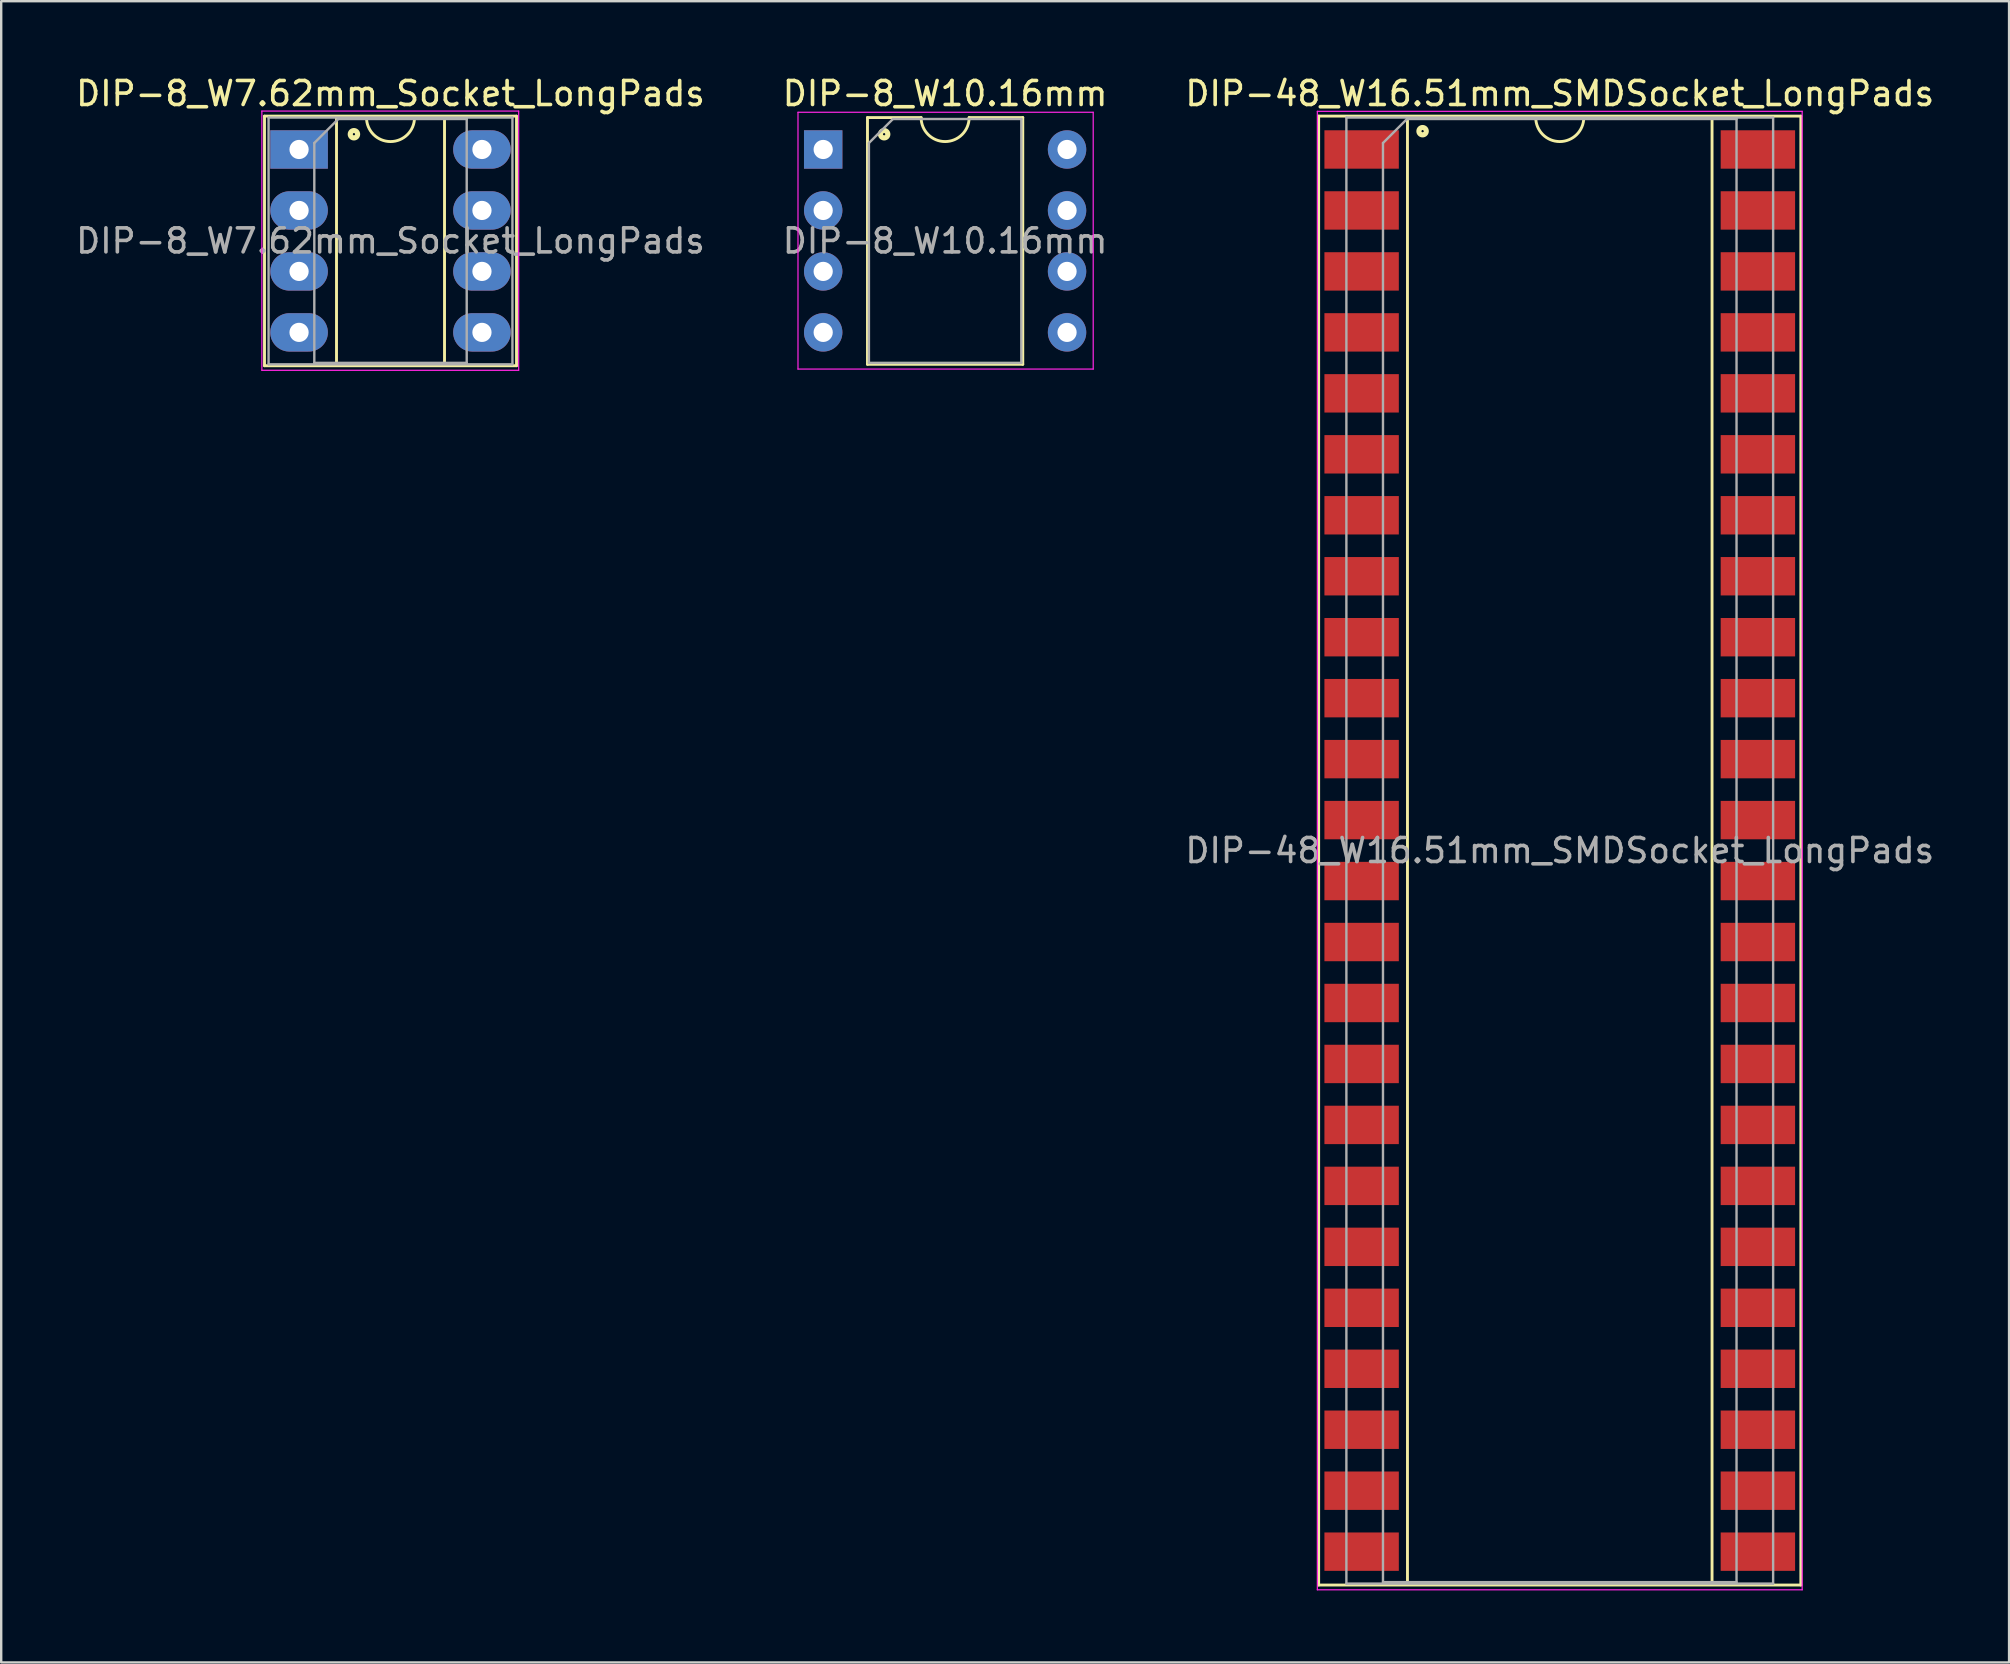
<source format=kicad_pcb>
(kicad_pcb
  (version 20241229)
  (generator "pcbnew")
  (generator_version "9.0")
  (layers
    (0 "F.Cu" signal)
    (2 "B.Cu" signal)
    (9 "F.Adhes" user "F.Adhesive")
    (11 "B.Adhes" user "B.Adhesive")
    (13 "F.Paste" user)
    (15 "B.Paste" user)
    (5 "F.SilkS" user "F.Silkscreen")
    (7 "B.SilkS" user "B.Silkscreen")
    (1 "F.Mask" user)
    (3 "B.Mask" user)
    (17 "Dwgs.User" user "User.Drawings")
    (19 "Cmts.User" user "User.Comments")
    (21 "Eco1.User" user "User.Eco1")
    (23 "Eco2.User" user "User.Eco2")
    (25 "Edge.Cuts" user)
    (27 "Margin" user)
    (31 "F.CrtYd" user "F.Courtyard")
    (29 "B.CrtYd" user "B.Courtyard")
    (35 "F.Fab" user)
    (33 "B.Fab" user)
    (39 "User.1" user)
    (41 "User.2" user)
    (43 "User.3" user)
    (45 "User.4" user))
  (footprint "DIP-8_W7.62mm_Socket_LongPads"
    (layer "F.Cu")
    (at 9.41 3.178)
    (property "Reference" "DIP-8_W7.62mm_Socket_LongPads" (at 3.81 -2.33 0) (layer "F.SilkS") (effects (font (size 1 1) (thickness 0.15))))
    (attr through_hole)
    (fp_line (start -1.44 -1.39) (end -1.44 9.01) (stroke (width 0.12) (type solid)) (layer "F.SilkS"))
    (fp_line (start -1.44 9.01) (end 9.06 9.01) (stroke (width 0.12) (type solid)) (layer "F.SilkS"))
    (fp_line (start 1.56 -1.33) (end 1.56 8.95) (stroke (width 0.12) (type solid)) (layer "F.SilkS"))
    (fp_line (start 1.56 8.95) (end 6.06 8.95) (stroke (width 0.12) (type solid)) (layer "F.SilkS"))
    (fp_line (start 2.81 -1.33) (end 1.56 -1.33) (stroke (width 0.12) (type solid)) (layer "F.SilkS"))
    (fp_line (start 6.06 -1.33) (end 4.81 -1.33) (stroke (width 0.12) (type solid)) (layer "F.SilkS"))
    (fp_line (start 6.06 8.95) (end 6.06 -1.33) (stroke (width 0.12) (type solid)) (layer "F.SilkS"))
    (fp_line (start 9.06 -1.39) (end -1.44 -1.39) (stroke (width 0.12) (type solid)) (layer "F.SilkS"))
    (fp_line (start 9.06 9.01) (end 9.06 -1.39) (stroke (width 0.12) (type solid)) (layer "F.SilkS"))
    (fp_arc (start 4.81 -1.33) (mid 3.81 -0.33) (end 2.81 -1.33) (stroke (width 0.12) (type solid)) (layer "F.SilkS"))
    (fp_circle (center 2.286 -0.635) (end 2.336 -0.635) (stroke (width 0.12) (type solid)) (fill no) (layer "F.SilkS"))
    (fp_circle (center 2.286 -0.635) (end 2.411 -0.635) (stroke (width 0.12) (type solid)) (fill no) (layer "F.SilkS"))
    (fp_circle (center 2.286 -0.635) (end 2.486 -0.635) (stroke (width 0.12) (type solid)) (fill no) (layer "F.SilkS"))
    (fp_line (start -1.55 -1.6) (end -1.55 9.2) (stroke (width 0.05) (type solid)) (layer "F.CrtYd"))
    (fp_line (start -1.55 9.2) (end 9.15 9.2) (stroke (width 0.05) (type solid)) (layer "F.CrtYd"))
    (fp_line (start 9.15 -1.6) (end -1.55 -1.6) (stroke (width 0.05) (type solid)) (layer "F.CrtYd"))
    (fp_line (start 9.15 9.2) (end 9.15 -1.6) (stroke (width 0.05) (type solid)) (layer "F.CrtYd"))
    (fp_line (start -1.27 -1.33) (end -1.27 8.95) (stroke (width 0.1) (type solid)) (layer "F.Fab"))
    (fp_line (start -1.27 8.95) (end 8.89 8.95) (stroke (width 0.1) (type solid)) (layer "F.Fab"))
    (fp_line (start 0.635 -0.27) (end 1.635 -1.27) (stroke (width 0.1) (type solid)) (layer "F.Fab"))
    (fp_line (start 0.635 8.89) (end 0.635 -0.27) (stroke (width 0.1) (type solid)) (layer "F.Fab"))
    (fp_line (start 1.635 -1.27) (end 6.985 -1.27) (stroke (width 0.1) (type solid)) (layer "F.Fab"))
    (fp_line (start 6.985 -1.27) (end 6.985 8.89) (stroke (width 0.1) (type solid)) (layer "F.Fab"))
    (fp_line (start 6.985 8.89) (end 0.635 8.89) (stroke (width 0.1) (type solid)) (layer "F.Fab"))
    (fp_line (start 8.89 -1.33) (end -1.27 -1.33) (stroke (width 0.1) (type solid)) (layer "F.Fab"))
    (fp_line (start 8.89 8.95) (end 8.89 -1.33) (stroke (width 0.1) (type solid)) (layer "F.Fab"))
    (fp_text user "${REFERENCE}" (at 3.81 3.81 0) (layer "F.Fab") (effects (font (size 1 1) (thickness 0.15))))
    (pad "1" thru_hole rect (at 0 0) (size 2.4 1.6) (drill 0.8) (layers "*.Cu" "*.Mask"))
    (pad "2" thru_hole oval (at 0 2.54) (size 2.4 1.6) (drill 0.8) (layers "*.Cu" "*.Mask"))
    (pad "3" thru_hole oval (at 0 5.08) (size 2.4 1.6) (drill 0.8) (layers "*.Cu" "*.Mask"))
    (pad "4" thru_hole oval (at 0 7.62) (size 2.4 1.6) (drill 0.8) (layers "*.Cu" "*.Mask"))
    (pad "5" thru_hole oval (at 7.62 7.62) (size 2.4 1.6) (drill 0.8) (layers "*.Cu" "*.Mask"))
    (pad "6" thru_hole oval (at 7.62 5.08) (size 2.4 1.6) (drill 0.8) (layers "*.Cu" "*.Mask"))
    (pad "7" thru_hole oval (at 7.62 2.54) (size 2.4 1.6) (drill 0.8) (layers "*.Cu" "*.Mask"))
    (pad "8" thru_hole oval (at 7.62 0) (size 2.4 1.6) (drill 0.8) (layers "*.Cu" "*.Mask")))
  (footprint "DIP-8_W10.16mm"
    (layer "F.Cu")
    (at 31.247 3.178)
    (property "Reference" "DIP-8_W10.16mm" (at 5.08 -2.33 0) (layer "F.SilkS") (effects (font (size 1 1) (thickness 0.15))))
    (attr through_hole)
    (fp_line (start 1.845 -1.33) (end 1.845 8.95) (stroke (width 0.12) (type solid)) (layer "F.SilkS"))
    (fp_line (start 1.845 8.95) (end 8.315 8.95) (stroke (width 0.12) (type solid)) (layer "F.SilkS"))
    (fp_line (start 4.08 -1.33) (end 1.845 -1.33) (stroke (width 0.12) (type solid)) (layer "F.SilkS"))
    (fp_line (start 8.315 -1.33) (end 6.08 -1.33) (stroke (width 0.12) (type solid)) (layer "F.SilkS"))
    (fp_line (start 8.315 8.95) (end 8.315 -1.33) (stroke (width 0.12) (type solid)) (layer "F.SilkS"))
    (fp_arc (start 6.08 -1.33) (mid 5.08 -0.33) (end 4.08 -1.33) (stroke (width 0.12) (type solid)) (layer "F.SilkS"))
    (fp_circle (center 2.54 -0.635) (end 2.59 -0.635) (stroke (width 0.12) (type solid)) (fill no) (layer "F.SilkS"))
    (fp_circle (center 2.54 -0.635) (end 2.665 -0.635) (stroke (width 0.12) (type solid)) (fill no) (layer "F.SilkS"))
    (fp_circle (center 2.54 -0.635) (end 2.74 -0.635) (stroke (width 0.12) (type solid)) (fill no) (layer "F.SilkS"))
    (fp_line (start -1.05 -1.55) (end -1.05 9.15) (stroke (width 0.05) (type solid)) (layer "F.CrtYd"))
    (fp_line (start -1.05 9.15) (end 11.25 9.15) (stroke (width 0.05) (type solid)) (layer "F.CrtYd"))
    (fp_line (start 11.25 -1.55) (end -1.05 -1.55) (stroke (width 0.05) (type solid)) (layer "F.CrtYd"))
    (fp_line (start 11.25 9.15) (end 11.25 -1.55) (stroke (width 0.05) (type solid)) (layer "F.CrtYd"))
    (fp_line (start 1.905 -0.27) (end 2.905 -1.27) (stroke (width 0.1) (type solid)) (layer "F.Fab"))
    (fp_line (start 1.905 8.89) (end 1.905 -0.27) (stroke (width 0.1) (type solid)) (layer "F.Fab"))
    (fp_line (start 2.905 -1.27) (end 8.255 -1.27) (stroke (width 0.1) (type solid)) (layer "F.Fab"))
    (fp_line (start 8.255 -1.27) (end 8.255 8.89) (stroke (width 0.1) (type solid)) (layer "F.Fab"))
    (fp_line (start 8.255 8.89) (end 1.905 8.89) (stroke (width 0.1) (type solid)) (layer "F.Fab"))
    (fp_text user "${REFERENCE}" (at 5.08 3.81 0) (layer "F.Fab") (effects (font (size 1 1) (thickness 0.15))))
    (pad "1" thru_hole rect (at 0 0) (size 1.6 1.6) (drill 0.8) (layers "*.Cu" "*.Mask"))
    (pad "2" thru_hole oval (at 0 2.54) (size 1.6 1.6) (drill 0.8) (layers "*.Cu" "*.Mask"))
    (pad "3" thru_hole oval (at 0 5.08) (size 1.6 1.6) (drill 0.8) (layers "*.Cu" "*.Mask"))
    (pad "4" thru_hole oval (at 0 7.62) (size 1.6 1.6) (drill 0.8) (layers "*.Cu" "*.Mask"))
    (pad "5" thru_hole oval (at 10.16 7.62) (size 1.6 1.6) (drill 0.8) (layers "*.Cu" "*.Mask"))
    (pad "6" thru_hole oval (at 10.16 5.08) (size 1.6 1.6) (drill 0.8) (layers "*.Cu" "*.Mask"))
    (pad "7" thru_hole oval (at 10.16 2.54) (size 1.6 1.6) (drill 0.8) (layers "*.Cu" "*.Mask"))
    (pad "8" thru_hole oval (at 10.16 0) (size 1.6 1.6) (drill 0.8) (layers "*.Cu" "*.Mask")))
  (footprint "DIP-48_W16.51mm_SMDSocket_LongPads"
    (layer "F.Cu")
    (at 61.935 32.388)
    (property "Reference" "DIP-48_W16.51mm_SMDSocket_LongPads" (at 0 -31.54 0) (layer "F.SilkS") (effects (font (size 1 1) (thickness 0.15))))
    (attr smd)
    (fp_line (start -10.045 -30.6) (end -10.045 30.6) (stroke (width 0.12) (type solid)) (layer "F.SilkS"))
    (fp_line (start -10.045 30.6) (end 10.045 30.6) (stroke (width 0.12) (type solid)) (layer "F.SilkS"))
    (fp_line (start -6.345 -30.54) (end -6.345 30.54) (stroke (width 0.12) (type solid)) (layer "F.SilkS"))
    (fp_line (start -6.345 30.54) (end 6.345 30.54) (stroke (width 0.12) (type solid)) (layer "F.SilkS"))
    (fp_line (start -1 -30.54) (end -6.345 -30.54) (stroke (width 0.12) (type solid)) (layer "F.SilkS"))
    (fp_line (start 6.345 -30.54) (end 1 -30.54) (stroke (width 0.12) (type solid)) (layer "F.SilkS"))
    (fp_line (start 6.345 30.54) (end 6.345 -30.54) (stroke (width 0.12) (type solid)) (layer "F.SilkS"))
    (fp_line (start 10.045 -30.6) (end -10.045 -30.6) (stroke (width 0.12) (type solid)) (layer "F.SilkS"))
    (fp_line (start 10.045 30.6) (end 10.045 -30.6) (stroke (width 0.12) (type solid)) (layer "F.SilkS"))
    (fp_arc (start 1 -30.54) (mid 0 -29.54) (end -1 -30.54) (stroke (width 0.12) (type solid)) (layer "F.SilkS"))
    (fp_circle (center -5.715 -29.972) (end -5.665 -29.972) (stroke (width 0.12) (type solid)) (fill no) (layer "F.SilkS"))
    (fp_circle (center -5.715 -29.972) (end -5.59 -29.972) (stroke (width 0.12) (type solid)) (fill no) (layer "F.SilkS"))
    (fp_circle (center -5.715 -29.972) (end -5.515 -29.972) (stroke (width 0.12) (type solid)) (fill no) (layer "F.SilkS"))
    (fp_line (start -10.1 -30.8) (end -10.1 30.8) (stroke (width 0.05) (type solid)) (layer "F.CrtYd"))
    (fp_line (start -10.1 30.8) (end 10.1 30.8) (stroke (width 0.05) (type solid)) (layer "F.CrtYd"))
    (fp_line (start 10.1 -30.8) (end -10.1 -30.8) (stroke (width 0.05) (type solid)) (layer "F.CrtYd"))
    (fp_line (start 10.1 30.8) (end 10.1 -30.8) (stroke (width 0.05) (type solid)) (layer "F.CrtYd"))
    (fp_line (start -8.89 -30.54) (end -8.89 30.54) (stroke (width 0.1) (type solid)) (layer "F.Fab"))
    (fp_line (start -8.89 30.54) (end 8.89 30.54) (stroke (width 0.1) (type solid)) (layer "F.Fab"))
    (fp_line (start -7.365 -29.48) (end -6.365 -30.48) (stroke (width 0.1) (type solid)) (layer "F.Fab"))
    (fp_line (start -7.365 30.48) (end -7.365 -29.48) (stroke (width 0.1) (type solid)) (layer "F.Fab"))
    (fp_line (start -6.365 -30.48) (end 7.365 -30.48) (stroke (width 0.1) (type solid)) (layer "F.Fab"))
    (fp_line (start 7.365 -30.48) (end 7.365 30.48) (stroke (width 0.1) (type solid)) (layer "F.Fab"))
    (fp_line (start 7.365 30.48) (end -7.365 30.48) (stroke (width 0.1) (type solid)) (layer "F.Fab"))
    (fp_line (start 8.89 -30.54) (end -8.89 -30.54) (stroke (width 0.1) (type solid)) (layer "F.Fab"))
    (fp_line (start 8.89 30.54) (end 8.89 -30.54) (stroke (width 0.1) (type solid)) (layer "F.Fab"))
    (fp_text user "${REFERENCE}" (at 0 0 0) (layer "F.Fab") (effects (font (size 1 1) (thickness 0.15))))
    (pad "1" smd rect (at -8.255 -29.21) (size 3.1 1.6) (layers "F.Cu" "F.Mask" "F.Paste"))
    (pad "2" smd rect (at -8.255 -26.67) (size 3.1 1.6) (layers "F.Cu" "F.Mask" "F.Paste"))
    (pad "3" smd rect (at -8.255 -24.13) (size 3.1 1.6) (layers "F.Cu" "F.Mask" "F.Paste"))
    (pad "4" smd rect (at -8.255 -21.59) (size 3.1 1.6) (layers "F.Cu" "F.Mask" "F.Paste"))
    (pad "5" smd rect (at -8.255 -19.05) (size 3.1 1.6) (layers "F.Cu" "F.Mask" "F.Paste"))
    (pad "6" smd rect (at -8.255 -16.51) (size 3.1 1.6) (layers "F.Cu" "F.Mask" "F.Paste"))
    (pad "7" smd rect (at -8.255 -13.97) (size 3.1 1.6) (layers "F.Cu" "F.Mask" "F.Paste"))
    (pad "8" smd rect (at -8.255 -11.43) (size 3.1 1.6) (layers "F.Cu" "F.Mask" "F.Paste"))
    (pad "9" smd rect (at -8.255 -8.89) (size 3.1 1.6) (layers "F.Cu" "F.Mask" "F.Paste"))
    (pad "10" smd rect (at -8.255 -6.35) (size 3.1 1.6) (layers "F.Cu" "F.Mask" "F.Paste"))
    (pad "11" smd rect (at -8.255 -3.81) (size 3.1 1.6) (layers "F.Cu" "F.Mask" "F.Paste"))
    (pad "12" smd rect (at -8.255 -1.27) (size 3.1 1.6) (layers "F.Cu" "F.Mask" "F.Paste"))
    (pad "13" smd rect (at -8.255 1.27) (size 3.1 1.6) (layers "F.Cu" "F.Mask" "F.Paste"))
    (pad "14" smd rect (at -8.255 3.81) (size 3.1 1.6) (layers "F.Cu" "F.Mask" "F.Paste"))
    (pad "15" smd rect (at -8.255 6.35) (size 3.1 1.6) (layers "F.Cu" "F.Mask" "F.Paste"))
    (pad "16" smd rect (at -8.255 8.89) (size 3.1 1.6) (layers "F.Cu" "F.Mask" "F.Paste"))
    (pad "17" smd rect (at -8.255 11.43) (size 3.1 1.6) (layers "F.Cu" "F.Mask" "F.Paste"))
    (pad "18" smd rect (at -8.255 13.97) (size 3.1 1.6) (layers "F.Cu" "F.Mask" "F.Paste"))
    (pad "19" smd rect (at -8.255 16.51) (size 3.1 1.6) (layers "F.Cu" "F.Mask" "F.Paste"))
    (pad "20" smd rect (at -8.255 19.05) (size 3.1 1.6) (layers "F.Cu" "F.Mask" "F.Paste"))
    (pad "21" smd rect (at -8.255 21.59) (size 3.1 1.6) (layers "F.Cu" "F.Mask" "F.Paste"))
    (pad "22" smd rect (at -8.255 24.13) (size 3.1 1.6) (layers "F.Cu" "F.Mask" "F.Paste"))
    (pad "23" smd rect (at -8.255 26.67) (size 3.1 1.6) (layers "F.Cu" "F.Mask" "F.Paste"))
    (pad "24" smd rect (at -8.255 29.21) (size 3.1 1.6) (layers "F.Cu" "F.Mask" "F.Paste"))
    (pad "25" smd rect (at 8.255 29.21) (size 3.1 1.6) (layers "F.Cu" "F.Mask" "F.Paste"))
    (pad "26" smd rect (at 8.255 26.67) (size 3.1 1.6) (layers "F.Cu" "F.Mask" "F.Paste"))
    (pad "27" smd rect (at 8.255 24.13) (size 3.1 1.6) (layers "F.Cu" "F.Mask" "F.Paste"))
    (pad "28" smd rect (at 8.255 21.59) (size 3.1 1.6) (layers "F.Cu" "F.Mask" "F.Paste"))
    (pad "29" smd rect (at 8.255 19.05) (size 3.1 1.6) (layers "F.Cu" "F.Mask" "F.Paste"))
    (pad "30" smd rect (at 8.255 16.51) (size 3.1 1.6) (layers "F.Cu" "F.Mask" "F.Paste"))
    (pad "31" smd rect (at 8.255 13.97) (size 3.1 1.6) (layers "F.Cu" "F.Mask" "F.Paste"))
    (pad "32" smd rect (at 8.255 11.43) (size 3.1 1.6) (layers "F.Cu" "F.Mask" "F.Paste"))
    (pad "33" smd rect (at 8.255 8.89) (size 3.1 1.6) (layers "F.Cu" "F.Mask" "F.Paste"))
    (pad "34" smd rect (at 8.255 6.35) (size 3.1 1.6) (layers "F.Cu" "F.Mask" "F.Paste"))
    (pad "35" smd rect (at 8.255 3.81) (size 3.1 1.6) (layers "F.Cu" "F.Mask" "F.Paste"))
    (pad "36" smd rect (at 8.255 1.27) (size 3.1 1.6) (layers "F.Cu" "F.Mask" "F.Paste"))
    (pad "37" smd rect (at 8.255 -1.27) (size 3.1 1.6) (layers "F.Cu" "F.Mask" "F.Paste"))
    (pad "38" smd rect (at 8.255 -3.81) (size 3.1 1.6) (layers "F.Cu" "F.Mask" "F.Paste"))
    (pad "39" smd rect (at 8.255 -6.35) (size 3.1 1.6) (layers "F.Cu" "F.Mask" "F.Paste"))
    (pad "40" smd rect (at 8.255 -8.89) (size 3.1 1.6) (layers "F.Cu" "F.Mask" "F.Paste"))
    (pad "41" smd rect (at 8.255 -11.43) (size 3.1 1.6) (layers "F.Cu" "F.Mask" "F.Paste"))
    (pad "42" smd rect (at 8.255 -13.97) (size 3.1 1.6) (layers "F.Cu" "F.Mask" "F.Paste"))
    (pad "43" smd rect (at 8.255 -16.51) (size 3.1 1.6) (layers "F.Cu" "F.Mask" "F.Paste"))
    (pad "44" smd rect (at 8.255 -19.05) (size 3.1 1.6) (layers "F.Cu" "F.Mask" "F.Paste"))
    (pad "45" smd rect (at 8.255 -21.59) (size 3.1 1.6) (layers "F.Cu" "F.Mask" "F.Paste"))
    (pad "46" smd rect (at 8.255 -24.13) (size 3.1 1.6) (layers "F.Cu" "F.Mask" "F.Paste"))
    (pad "47" smd rect (at 8.255 -26.67) (size 3.1 1.6) (layers "F.Cu" "F.Mask" "F.Paste"))
    (pad "48" smd rect (at 8.255 -29.21) (size 3.1 1.6) (layers "F.Cu" "F.Mask" "F.Paste")))
  (gr_rect
    (start -3 -3)
    (end 80.655 66.213)
    (stroke (width 0.1) (type default))
    (fill no)
    (layer "Edge.Cuts")))
</source>
